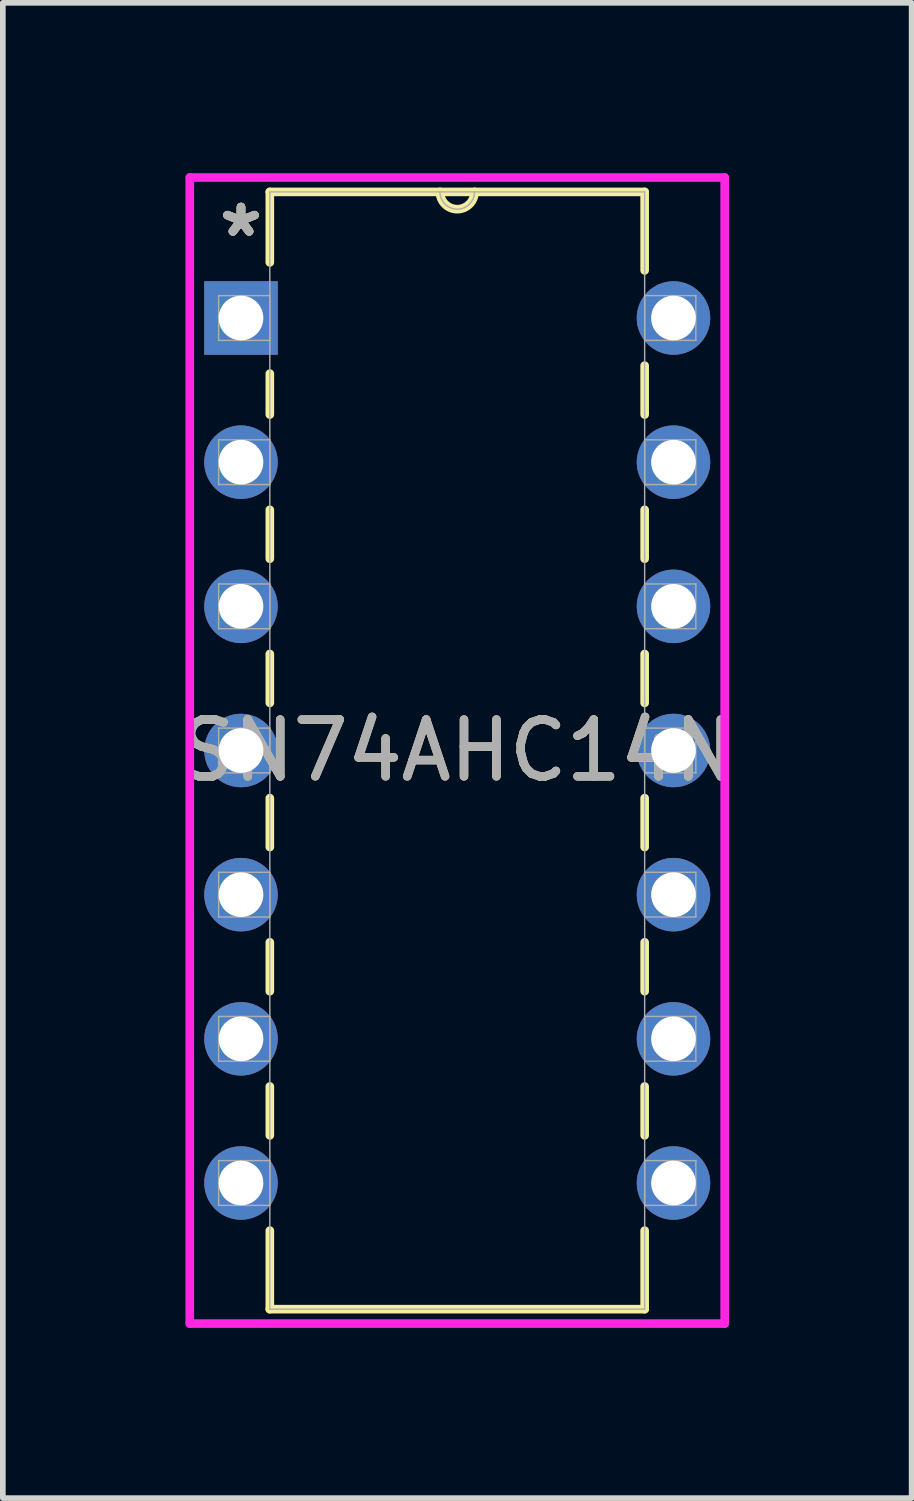
<source format=kicad_pcb>
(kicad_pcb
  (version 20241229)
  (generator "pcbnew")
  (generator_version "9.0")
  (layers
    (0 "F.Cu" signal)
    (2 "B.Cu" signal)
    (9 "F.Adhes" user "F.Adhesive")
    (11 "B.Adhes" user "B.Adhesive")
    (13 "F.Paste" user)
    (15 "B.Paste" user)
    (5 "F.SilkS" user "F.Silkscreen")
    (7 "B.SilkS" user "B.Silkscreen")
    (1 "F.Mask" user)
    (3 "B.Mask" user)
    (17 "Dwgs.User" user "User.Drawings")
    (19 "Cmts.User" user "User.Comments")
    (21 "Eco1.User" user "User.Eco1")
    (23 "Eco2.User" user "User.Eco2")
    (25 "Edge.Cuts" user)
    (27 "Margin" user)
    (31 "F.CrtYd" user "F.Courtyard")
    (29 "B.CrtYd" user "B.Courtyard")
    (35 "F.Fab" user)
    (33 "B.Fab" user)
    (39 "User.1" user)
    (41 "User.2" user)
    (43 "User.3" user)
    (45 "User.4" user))
  (footprint "SN74AHC14N"
    (layer "F.Cu")
    (at 8.816 17.793)
    (property "Reference" "SN74AHC14N" (at -3.81 -7.62 0) (unlocked yes) (layer "F.SilkS") (effects (font (size 1 1) (thickness 0.15))))
    (attr through_hole)
    (fp_line (start -7.112 -17.462) (end -7.112 -16.22) (stroke (width 0.152) (type solid)) (layer "F.SilkS"))
    (fp_line (start -7.112 -14.26) (end -7.112 -13.539) (stroke (width 0.152) (type solid)) (layer "F.SilkS"))
    (fp_line (start -7.112 -11.861) (end -7.112 -10.999) (stroke (width 0.152) (type solid)) (layer "F.SilkS"))
    (fp_line (start -7.112 -9.321) (end -7.112 -8.459) (stroke (width 0.152) (type solid)) (layer "F.SilkS"))
    (fp_line (start -7.112 -6.781) (end -7.112 -5.919) (stroke (width 0.152) (type solid)) (layer "F.SilkS"))
    (fp_line (start -7.112 -4.241) (end -7.112 -3.379) (stroke (width 0.152) (type solid)) (layer "F.SilkS"))
    (fp_line (start -7.112 -1.701) (end -7.112 -0.839) (stroke (width 0.152) (type solid)) (layer "F.SilkS"))
    (fp_line (start -7.112 0.839) (end -7.112 2.223) (stroke (width 0.152) (type solid)) (layer "F.SilkS"))
    (fp_line (start -7.112 2.223) (end -0.508 2.223) (stroke (width 0.152) (type solid)) (layer "F.SilkS"))
    (fp_line (start -0.508 -17.462) (end -7.112 -17.462) (stroke (width 0.152) (type solid)) (layer "F.SilkS"))
    (fp_line (start -0.508 -16.079) (end -0.508 -17.462) (stroke (width 0.152) (type solid)) (layer "F.SilkS"))
    (fp_line (start -0.508 -13.539) (end -0.508 -14.401) (stroke (width 0.152) (type solid)) (layer "F.SilkS"))
    (fp_line (start -0.508 -10.999) (end -0.508 -11.861) (stroke (width 0.152) (type solid)) (layer "F.SilkS"))
    (fp_line (start -0.508 -8.459) (end -0.508 -9.321) (stroke (width 0.152) (type solid)) (layer "F.SilkS"))
    (fp_line (start -0.508 -5.919) (end -0.508 -6.781) (stroke (width 0.152) (type solid)) (layer "F.SilkS"))
    (fp_line (start -0.508 -3.379) (end -0.508 -4.241) (stroke (width 0.152) (type solid)) (layer "F.SilkS"))
    (fp_line (start -0.508 -0.839) (end -0.508 -1.701) (stroke (width 0.152) (type solid)) (layer "F.SilkS"))
    (fp_line (start -0.508 2.223) (end -0.508 0.839) (stroke (width 0.152) (type solid)) (layer "F.SilkS"))
    (fp_arc (start -3.5052 -17.4625) (mid -3.81 -17.1577) (end -4.1148 -17.4625) (stroke (width 0.1524) (type solid)) (layer "F.SilkS"))
    (fp_line (start -8.522 -17.716) (end -8.522 2.477) (stroke (width 0.152) (type solid)) (layer "F.CrtYd"))
    (fp_line (start -8.522 2.477) (end 0.902 2.477) (stroke (width 0.152) (type solid)) (layer "F.CrtYd"))
    (fp_line (start 0.902 -17.716) (end -8.522 -17.716) (stroke (width 0.152) (type solid)) (layer "F.CrtYd"))
    (fp_line (start 0.902 2.477) (end 0.902 -17.716) (stroke (width 0.152) (type solid)) (layer "F.CrtYd"))
    (fp_line (start -8.014 -15.634) (end -8.014 -14.846) (stroke (width 0.025) (type solid)) (layer "F.Fab"))
    (fp_line (start -8.014 -14.846) (end -7.112 -14.846) (stroke (width 0.025) (type solid)) (layer "F.Fab"))
    (fp_line (start -8.014 -13.094) (end -8.014 -12.306) (stroke (width 0.025) (type solid)) (layer "F.Fab"))
    (fp_line (start -8.014 -12.306) (end -7.112 -12.306) (stroke (width 0.025) (type solid)) (layer "F.Fab"))
    (fp_line (start -8.014 -10.554) (end -8.014 -9.766) (stroke (width 0.025) (type solid)) (layer "F.Fab"))
    (fp_line (start -8.014 -9.766) (end -7.112 -9.766) (stroke (width 0.025) (type solid)) (layer "F.Fab"))
    (fp_line (start -8.014 -8.014) (end -8.014 -7.226) (stroke (width 0.025) (type solid)) (layer "F.Fab"))
    (fp_line (start -8.014 -7.226) (end -7.112 -7.226) (stroke (width 0.025) (type solid)) (layer "F.Fab"))
    (fp_line (start -8.014 -5.474) (end -8.014 -4.686) (stroke (width 0.025) (type solid)) (layer "F.Fab"))
    (fp_line (start -8.014 -4.686) (end -7.112 -4.686) (stroke (width 0.025) (type solid)) (layer "F.Fab"))
    (fp_line (start -8.014 -2.934) (end -8.014 -2.146) (stroke (width 0.025) (type solid)) (layer "F.Fab"))
    (fp_line (start -8.014 -2.146) (end -7.112 -2.146) (stroke (width 0.025) (type solid)) (layer "F.Fab"))
    (fp_line (start -8.014 -0.394) (end -8.014 0.394) (stroke (width 0.025) (type solid)) (layer "F.Fab"))
    (fp_line (start -8.014 0.394) (end -7.112 0.394) (stroke (width 0.025) (type solid)) (layer "F.Fab"))
    (fp_line (start -7.112 -17.462) (end -7.112 2.223) (stroke (width 0.025) (type solid)) (layer "F.Fab"))
    (fp_line (start -7.112 -15.634) (end -8.014 -15.634) (stroke (width 0.025) (type solid)) (layer "F.Fab"))
    (fp_line (start -7.112 -14.846) (end -7.112 -15.634) (stroke (width 0.025) (type solid)) (layer "F.Fab"))
    (fp_line (start -7.112 -13.094) (end -8.014 -13.094) (stroke (width 0.025) (type solid)) (layer "F.Fab"))
    (fp_line (start -7.112 -12.306) (end -7.112 -13.094) (stroke (width 0.025) (type solid)) (layer "F.Fab"))
    (fp_line (start -7.112 -10.554) (end -8.014 -10.554) (stroke (width 0.025) (type solid)) (layer "F.Fab"))
    (fp_line (start -7.112 -9.766) (end -7.112 -10.554) (stroke (width 0.025) (type solid)) (layer "F.Fab"))
    (fp_line (start -7.112 -8.014) (end -8.014 -8.014) (stroke (width 0.025) (type solid)) (layer "F.Fab"))
    (fp_line (start -7.112 -7.226) (end -7.112 -8.014) (stroke (width 0.025) (type solid)) (layer "F.Fab"))
    (fp_line (start -7.112 -5.474) (end -8.014 -5.474) (stroke (width 0.025) (type solid)) (layer "F.Fab"))
    (fp_line (start -7.112 -4.686) (end -7.112 -5.474) (stroke (width 0.025) (type solid)) (layer "F.Fab"))
    (fp_line (start -7.112 -2.934) (end -8.014 -2.934) (stroke (width 0.025) (type solid)) (layer "F.Fab"))
    (fp_line (start -7.112 -2.146) (end -7.112 -2.934) (stroke (width 0.025) (type solid)) (layer "F.Fab"))
    (fp_line (start -7.112 -0.394) (end -8.014 -0.394) (stroke (width 0.025) (type solid)) (layer "F.Fab"))
    (fp_line (start -7.112 0.394) (end -7.112 -0.394) (stroke (width 0.025) (type solid)) (layer "F.Fab"))
    (fp_line (start -7.112 2.223) (end -0.508 2.223) (stroke (width 0.025) (type solid)) (layer "F.Fab"))
    (fp_line (start -0.508 -17.462) (end -7.112 -17.462) (stroke (width 0.025) (type solid)) (layer "F.Fab"))
    (fp_line (start -0.508 -15.634) (end -0.508 -14.846) (stroke (width 0.025) (type solid)) (layer "F.Fab"))
    (fp_line (start -0.508 -14.846) (end 0.394 -14.846) (stroke (width 0.025) (type solid)) (layer "F.Fab"))
    (fp_line (start -0.508 -13.094) (end -0.508 -12.306) (stroke (width 0.025) (type solid)) (layer "F.Fab"))
    (fp_line (start -0.508 -12.306) (end 0.394 -12.306) (stroke (width 0.025) (type solid)) (layer "F.Fab"))
    (fp_line (start -0.508 -10.554) (end -0.508 -9.766) (stroke (width 0.025) (type solid)) (layer "F.Fab"))
    (fp_line (start -0.508 -9.766) (end 0.394 -9.766) (stroke (width 0.025) (type solid)) (layer "F.Fab"))
    (fp_line (start -0.508 -8.014) (end -0.508 -7.226) (stroke (width 0.025) (type solid)) (layer "F.Fab"))
    (fp_line (start -0.508 -7.226) (end 0.394 -7.226) (stroke (width 0.025) (type solid)) (layer "F.Fab"))
    (fp_line (start -0.508 -5.474) (end -0.508 -4.686) (stroke (width 0.025) (type solid)) (layer "F.Fab"))
    (fp_line (start -0.508 -4.686) (end 0.394 -4.686) (stroke (width 0.025) (type solid)) (layer "F.Fab"))
    (fp_line (start -0.508 -2.934) (end -0.508 -2.146) (stroke (width 0.025) (type solid)) (layer "F.Fab"))
    (fp_line (start -0.508 -2.146) (end 0.394 -2.146) (stroke (width 0.025) (type solid)) (layer "F.Fab"))
    (fp_line (start -0.508 -0.394) (end -0.508 0.394) (stroke (width 0.025) (type solid)) (layer "F.Fab"))
    (fp_line (start -0.508 0.394) (end 0.394 0.394) (stroke (width 0.025) (type solid)) (layer "F.Fab"))
    (fp_line (start -0.508 2.223) (end -0.508 -17.462) (stroke (width 0.025) (type solid)) (layer "F.Fab"))
    (fp_line (start 0.394 -15.634) (end -0.508 -15.634) (stroke (width 0.025) (type solid)) (layer "F.Fab"))
    (fp_line (start 0.394 -14.846) (end 0.394 -15.634) (stroke (width 0.025) (type solid)) (layer "F.Fab"))
    (fp_line (start 0.394 -13.094) (end -0.508 -13.094) (stroke (width 0.025) (type solid)) (layer "F.Fab"))
    (fp_line (start 0.394 -12.306) (end 0.394 -13.094) (stroke (width 0.025) (type solid)) (layer "F.Fab"))
    (fp_line (start 0.394 -10.554) (end -0.508 -10.554) (stroke (width 0.025) (type solid)) (layer "F.Fab"))
    (fp_line (start 0.394 -9.766) (end 0.394 -10.554) (stroke (width 0.025) (type solid)) (layer "F.Fab"))
    (fp_line (start 0.394 -8.014) (end -0.508 -8.014) (stroke (width 0.025) (type solid)) (layer "F.Fab"))
    (fp_line (start 0.394 -7.226) (end 0.394 -8.014) (stroke (width 0.025) (type solid)) (layer "F.Fab"))
    (fp_line (start 0.394 -5.474) (end -0.508 -5.474) (stroke (width 0.025) (type solid)) (layer "F.Fab"))
    (fp_line (start 0.394 -4.686) (end 0.394 -5.474) (stroke (width 0.025) (type solid)) (layer "F.Fab"))
    (fp_line (start 0.394 -2.934) (end -0.508 -2.934) (stroke (width 0.025) (type solid)) (layer "F.Fab"))
    (fp_line (start 0.394 -2.146) (end 0.394 -2.934) (stroke (width 0.025) (type solid)) (layer "F.Fab"))
    (fp_line (start 0.394 -0.394) (end -0.508 -0.394) (stroke (width 0.025) (type solid)) (layer "F.Fab"))
    (fp_line (start 0.394 0.394) (end 0.394 -0.394) (stroke (width 0.025) (type solid)) (layer "F.Fab"))
    (fp_arc (start -3.5052 -17.4625) (mid -3.81 -17.1577) (end -4.1148 -17.4625) (stroke (width 0.0254) (type solid)) (layer "F.Fab"))
    (fp_text user "*" (at -7.62 -16.65 0) (layer "F.SilkS") (effects (font (size 1 1) (thickness 0.15))))
    (fp_text user "*" (at -7.62 -16.65 0) (unlocked yes) (layer "F.SilkS") (effects (font (size 1 1) (thickness 0.15))))
    (fp_text user "${REFERENCE}" (at -3.81 -7.62 0) (unlocked yes) (layer "F.Fab") (effects (font (size 1 1) (thickness 0.15))))
    (fp_text user "*" (at -7.62 -16.65 0) (unlocked yes) (layer "F.Fab") (effects (font (size 1 1) (thickness 0.15))))
    (fp_text user "*" (at -7.62 -16.65 0) (layer "F.Fab") (effects (font (size 1 1) (thickness 0.15))))
    (pad "1" thru_hole rect (at -7.62 -15.24) (size 1.295 1.295) (drill 0.787) (layers "*.Cu" "*.Mask"))
    (pad "2" thru_hole circle (at -7.62 -12.7) (size 1.295 1.295) (drill 0.787) (layers "*.Cu" "*.Mask"))
    (pad "3" thru_hole circle (at -7.62 -10.16) (size 1.295 1.295) (drill 0.787) (layers "*.Cu" "*.Mask"))
    (pad "4" thru_hole circle (at -7.62 -7.62) (size 1.295 1.295) (drill 0.787) (layers "*.Cu" "*.Mask"))
    (pad "5" thru_hole circle (at -7.62 -5.08) (size 1.295 1.295) (drill 0.787) (layers "*.Cu" "*.Mask"))
    (pad "6" thru_hole circle (at -7.62 -2.54) (size 1.295 1.295) (drill 0.787) (layers "*.Cu" "*.Mask"))
    (pad "7" thru_hole circle (at -7.62 0) (size 1.295 1.295) (drill 0.787) (layers "*.Cu" "*.Mask"))
    (pad "8" thru_hole circle (at 0 0) (size 1.295 1.295) (drill 0.787) (layers "*.Cu" "*.Mask"))
    (pad "9" thru_hole circle (at 0 -2.54) (size 1.295 1.295) (drill 0.787) (layers "*.Cu" "*.Mask"))
    (pad "10" thru_hole circle (at 0 -5.08) (size 1.295 1.295) (drill 0.787) (layers "*.Cu" "*.Mask"))
    (pad "11" thru_hole circle (at 0 -7.62) (size 1.295 1.295) (drill 0.787) (layers "*.Cu" "*.Mask"))
    (pad "12" thru_hole circle (at 0 -10.16) (size 1.295 1.295) (drill 0.787) (layers "*.Cu" "*.Mask"))
    (pad "13" thru_hole circle (at 0 -12.7) (size 1.295 1.295) (drill 0.787) (layers "*.Cu" "*.Mask"))
    (pad "14" thru_hole circle (at 0 -15.24) (size 1.295 1.295) (drill 0.787) (layers "*.Cu" "*.Mask")))
  (gr_rect
    (start -3 -3)
    (end 13.012 23.345)
    (stroke (width 0.1) (type default))
    (fill no)
    (layer "Edge.Cuts")))
</source>
